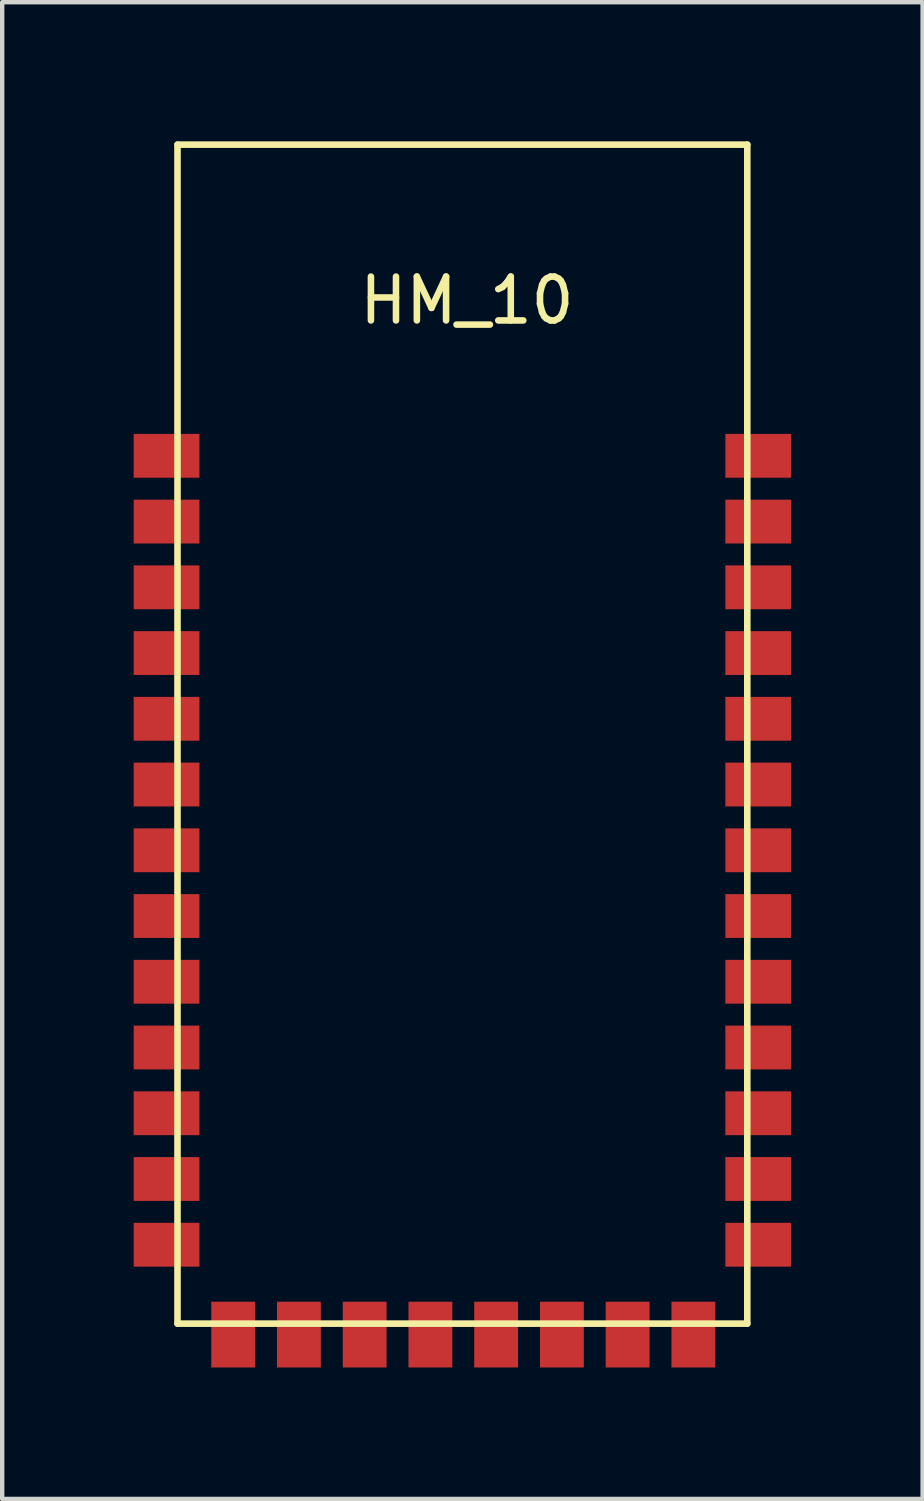
<source format=kicad_pcb>
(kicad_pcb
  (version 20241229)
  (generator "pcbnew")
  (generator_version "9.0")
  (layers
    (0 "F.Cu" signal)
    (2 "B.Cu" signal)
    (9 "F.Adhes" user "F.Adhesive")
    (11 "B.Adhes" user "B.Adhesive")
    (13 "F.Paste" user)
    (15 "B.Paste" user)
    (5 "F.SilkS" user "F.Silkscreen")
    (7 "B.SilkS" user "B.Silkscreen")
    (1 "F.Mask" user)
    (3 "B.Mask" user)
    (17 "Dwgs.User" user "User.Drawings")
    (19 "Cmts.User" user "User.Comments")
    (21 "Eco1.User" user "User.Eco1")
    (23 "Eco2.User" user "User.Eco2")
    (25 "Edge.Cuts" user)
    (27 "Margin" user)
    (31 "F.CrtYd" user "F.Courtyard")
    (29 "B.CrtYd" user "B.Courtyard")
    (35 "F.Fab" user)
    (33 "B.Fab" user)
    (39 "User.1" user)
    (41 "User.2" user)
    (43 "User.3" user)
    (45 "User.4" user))
  (footprint "HM_10"
    (layer "F.Cu")
    (at 1 0.25)
    (property "Reference" "HM_10" (at 6.604 3.556 0) (layer "F.SilkS") (effects (font (size 1 1) (thickness 0.15))))
    (attr through_hole)
    (fp_line (start 0 0) (end 0 26.9) (stroke (width 0.15) (type solid)) (layer "F.SilkS"))
    (fp_line (start 0 0) (end 13 0) (stroke (width 0.15) (type solid)) (layer "F.SilkS"))
    (fp_line (start 0 26.9) (end 13 26.9) (stroke (width 0.15) (type solid)) (layer "F.SilkS"))
    (fp_line (start 13 0) (end 13 26.9) (stroke (width 0.15) (type solid)) (layer "F.SilkS"))
    (pad "1" smd rect (at 0 7.1) (size 1.5 1) (drill (offset -0.25 0)) (layers "F.Cu" "F.Mask" "F.Paste"))
    (pad "2" smd rect (at 0 8.6) (size 1.5 1) (drill (offset -0.25 0)) (layers "F.Cu" "F.Mask" "F.Paste"))
    (pad "3" smd rect (at 0 10.1) (size 1.5 1) (drill (offset -0.25 0)) (layers "F.Cu" "F.Mask" "F.Paste"))
    (pad "4" smd rect (at 0 11.6) (size 1.5 1) (drill (offset -0.25 0)) (layers "F.Cu" "F.Mask" "F.Paste"))
    (pad "5" smd rect (at 0 13.1) (size 1.5 1) (drill (offset -0.25 0)) (layers "F.Cu" "F.Mask" "F.Paste"))
    (pad "6" smd rect (at 0 14.6) (size 1.5 1) (drill (offset -0.25 0)) (layers "F.Cu" "F.Mask" "F.Paste"))
    (pad "7" smd rect (at 0 16.1) (size 1.5 1) (drill (offset -0.25 0)) (layers "F.Cu" "F.Mask" "F.Paste"))
    (pad "8" smd rect (at 0 17.6) (size 1.5 1) (drill (offset -0.25 0)) (layers "F.Cu" "F.Mask" "F.Paste"))
    (pad "9" smd rect (at 0 19.1) (size 1.5 1) (drill (offset -0.25 0)) (layers "F.Cu" "F.Mask" "F.Paste"))
    (pad "10" smd rect (at 0 20.6) (size 1.5 1) (drill (offset -0.25 0)) (layers "F.Cu" "F.Mask" "F.Paste"))
    (pad "11" smd rect (at 0 22.1) (size 1.5 1) (drill (offset -0.25 0)) (layers "F.Cu" "F.Mask" "F.Paste"))
    (pad "12" smd rect (at 0 23.6) (size 1.5 1) (drill (offset -0.25 0)) (layers "F.Cu" "F.Mask" "F.Paste"))
    (pad "13" smd rect (at 0 25.1) (size 1.5 1) (drill (offset -0.25 0)) (layers "F.Cu" "F.Mask" "F.Paste"))
    (pad "14" smd rect (at 1.27 26.9) (size 1 1.5) (drill (offset 0 0.25)) (layers "F.Cu" "F.Mask" "F.Paste"))
    (pad "15" smd rect (at 2.77 26.9) (size 1 1.5) (drill (offset 0 0.25)) (layers "F.Cu" "F.Mask" "F.Paste"))
    (pad "16" smd rect (at 4.27 26.9) (size 1 1.5) (drill (offset 0 0.25)) (layers "F.Cu" "F.Mask" "F.Paste"))
    (pad "17" smd rect (at 5.77 26.9) (size 1 1.5) (drill (offset 0 0.25)) (layers "F.Cu" "F.Mask" "F.Paste"))
    (pad "18" smd rect (at 7.27 26.9) (size 1 1.5) (drill (offset 0 0.25)) (layers "F.Cu" "F.Mask" "F.Paste"))
    (pad "19" smd rect (at 8.77 26.9) (size 1 1.5) (drill (offset 0 0.25)) (layers "F.Cu" "F.Mask" "F.Paste"))
    (pad "20" smd rect (at 10.27 26.9) (size 1 1.5) (drill (offset 0 0.25)) (layers "F.Cu" "F.Mask" "F.Paste"))
    (pad "21" smd rect (at 11.77 26.9) (size 1 1.5) (drill (offset 0 0.25)) (layers "F.Cu" "F.Mask" "F.Paste"))
    (pad "22" smd rect (at 13 25.1) (size 1.5 1) (drill (offset 0.25 0)) (layers "F.Cu" "F.Mask" "F.Paste"))
    (pad "23" smd rect (at 13 23.6) (size 1.5 1) (drill (offset 0.25 0)) (layers "F.Cu" "F.Mask" "F.Paste"))
    (pad "24" smd rect (at 13 22.1) (size 1.5 1) (drill (offset 0.25 0)) (layers "F.Cu" "F.Mask" "F.Paste"))
    (pad "25" smd rect (at 13 20.6) (size 1.5 1) (drill (offset 0.25 0)) (layers "F.Cu" "F.Mask" "F.Paste"))
    (pad "26" smd rect (at 13 19.1) (size 1.5 1) (drill (offset 0.25 0)) (layers "F.Cu" "F.Mask" "F.Paste"))
    (pad "27" smd rect (at 13 17.6) (size 1.5 1) (drill (offset 0.25 0)) (layers "F.Cu" "F.Mask" "F.Paste"))
    (pad "28" smd rect (at 13 16.1) (size 1.5 1) (drill (offset 0.25 0)) (layers "F.Cu" "F.Mask" "F.Paste"))
    (pad "29" smd rect (at 13 14.6) (size 1.5 1) (drill (offset 0.25 0)) (layers "F.Cu" "F.Mask" "F.Paste"))
    (pad "30" smd rect (at 13 13.1) (size 1.5 1) (drill (offset 0.25 0)) (layers "F.Cu" "F.Mask" "F.Paste"))
    (pad "31" smd rect (at 13 11.6) (size 1.5 1) (drill (offset 0.25 0)) (layers "F.Cu" "F.Mask" "F.Paste"))
    (pad "32" smd rect (at 13 10.1) (size 1.5 1) (drill (offset 0.25 0)) (layers "F.Cu" "F.Mask" "F.Paste"))
    (pad "33" smd rect (at 13 8.6) (size 1.5 1) (drill (offset 0.25 0)) (layers "F.Cu" "F.Mask" "F.Paste"))
    (pad "34" smd rect (at 13 7.1) (size 1.5 1) (drill (offset 0.25 0)) (layers "F.Cu" "F.Mask" "F.Paste")))
  (gr_rect
    (start -3 -3)
    (end 18 31.15)
    (stroke (width 0.1) (type default))
    (fill no)
    (layer "Edge.Cuts")))
</source>
